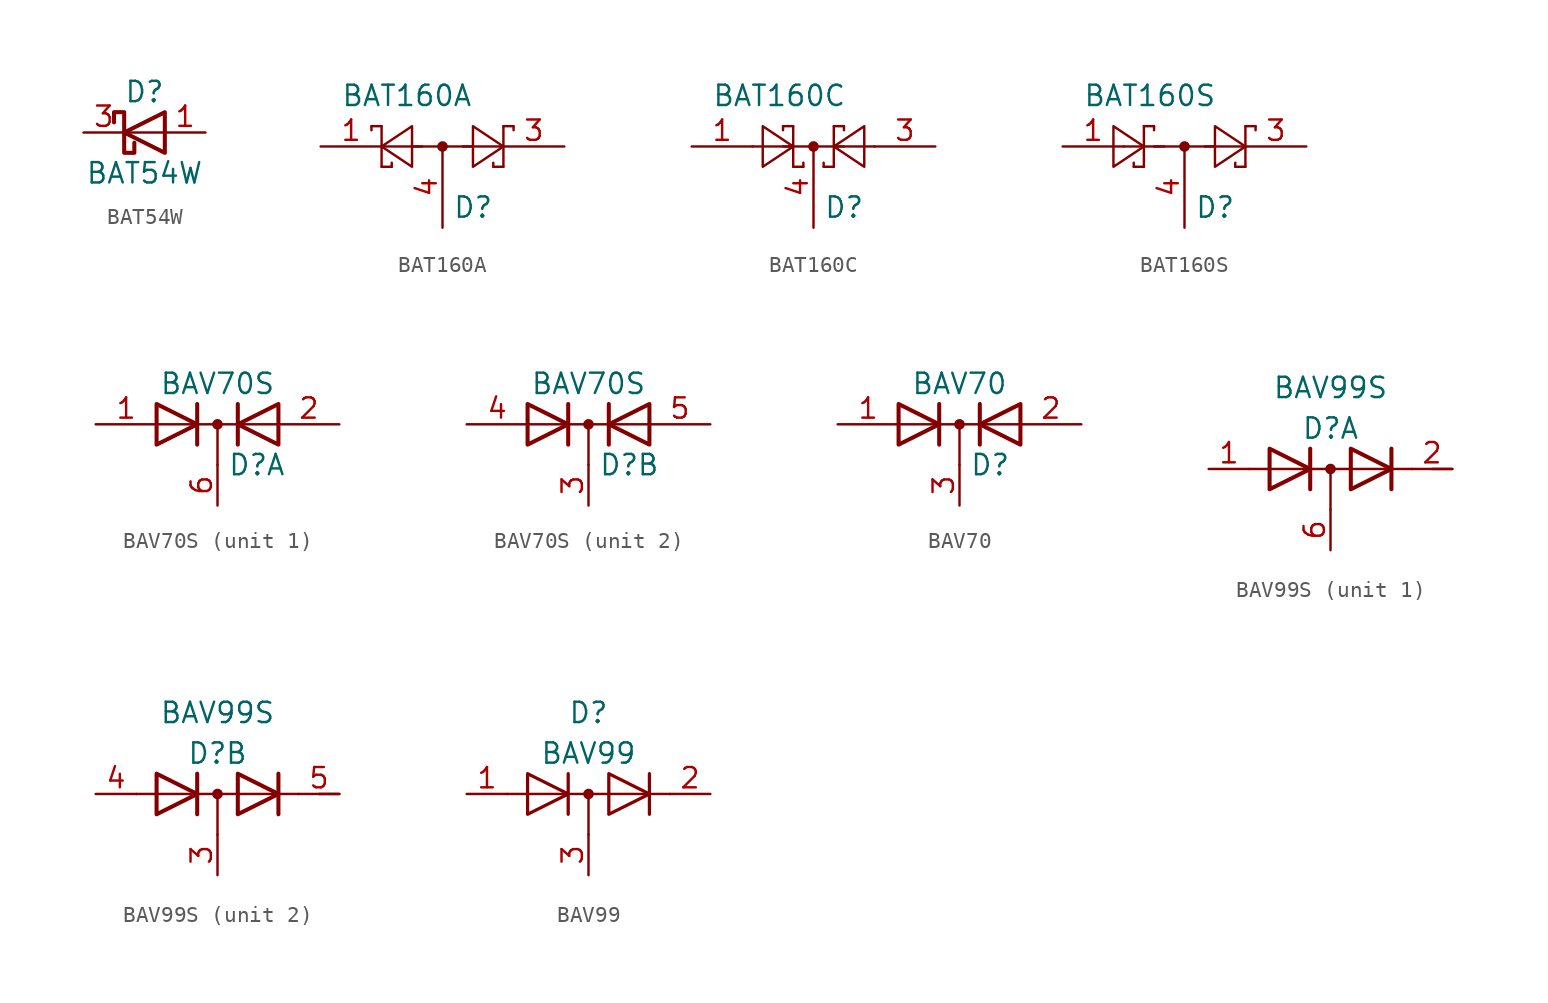
<source format=kicad_sym>
(kicad_symbol_lib
  (version 20241209)
  (generator "kicad_symbol_editor")
  (generator_version "9.0")
  (symbol "BAT54W"
    (pin_names
      (offset 1.016) hide)
    (property "Reference" "D"
      (at 0 2.54 0)
      (effects (font (size 1.27 1.27))))
    (property "Value" "BAT54W"
      (at 0 -2.54 0)
      (effects (font (size 1.27 1.27))))
    (symbol "BAT54W_0_1"
      (polyline (pts (xy -1.905 0.635) (xy -1.905 1.27) (xy -1.27 1.27) (xy -1.27 -1.27) (xy -0.635 -1.27) (xy -0.635 -0.635)) (stroke (width 0.254) (type default)) (fill (type none)))
      (polyline (pts (xy 1.27 1.27) (xy 1.27 -1.27) (xy -1.27 0) (xy 1.27 1.27)) (stroke (width 0.254) (type default)) (fill (type none)))
      (polyline (pts (xy 1.27 0) (xy -1.27 0)) (stroke (width 0) (type default)) (fill (type none))))
    (symbol "BAT54W_1_1"
      (pin passive line (at -3.81 0 0) (length 2.54) (name "K" (effects (font (size 1.27 1.27)))) (number "3" (effects (font (size 1.27 1.27)))))
      (pin no_connect line (at 0 0 90) (length 2.54) hide (name "NC" (effects (font (size 1.27 1.27)))) (number "2" (effects (font (size 1.27 1.27)))))
      (pin passive line (at 3.81 0 180) (length 2.54) (name "A" (effects (font (size 1.27 1.27)))) (number "1" (effects (font (size 1.27 1.27)))))))
  (symbol "BAT160A"
    (property "Reference" "D"
      (at 0.635 -3.81 0)
      (effects (font (size 1.27 1.27)) (justify left)))
    (property "Value" "BAT160A"
      (at -6.35 3.175 0)
      (effects (font (size 1.27 1.27)) (justify left)))
    (symbol "BAT160A_0_1"
      (polyline (pts (xy -4.445 1.27) (xy -4.445 1.016)) (stroke (width 0) (type default)) (fill (type none)))
      (polyline (pts (xy -3.81 1.27) (xy -4.445 1.27)) (stroke (width 0) (type default)) (fill (type none)))
      (polyline (pts (xy -3.81 0) (xy -1.27 0)) (stroke (width 0) (type default)) (fill (type none)))
      (polyline (pts (xy -3.81 -1.27) (xy -3.81 1.27)) (stroke (width 0) (type default)) (fill (type none)))
      (polyline (pts (xy -3.81 -1.27) (xy -3.175 -1.27)) (stroke (width 0) (type default)) (fill (type none)))
      (polyline (pts (xy -3.175 -1.27) (xy -3.175 -1.016)) (stroke (width 0) (type default)) (fill (type none)))
      (polyline (pts (xy -1.905 1.27) (xy -1.905 -1.27) (xy -3.81 0) (xy -1.905 1.27)) (stroke (width 0) (type default)) (fill (type none)))
      (polyline (pts (xy -1.905 0) (xy 1.905 0)) (stroke (width 0) (type default)) (fill (type none)))
      (circle (center 0 0) (radius 0.254) (stroke (width 0) (type default)) (fill (type outline)))
      (polyline (pts (xy 1.27 0) (xy 3.81 0)) (stroke (width 0) (type default)) (fill (type none)))
      (polyline (pts (xy 1.905 1.27) (xy 1.905 -1.27) (xy 3.81 0) (xy 1.905 1.27)) (stroke (width 0) (type default)) (fill (type none)))
      (polyline (pts (xy 3.175 -1.27) (xy 3.175 -1.016)) (stroke (width 0) (type default)) (fill (type none)))
      (polyline (pts (xy 3.81 1.27) (xy 4.445 1.27)) (stroke (width 0) (type default)) (fill (type none)))
      (polyline (pts (xy 3.81 -1.27) (xy 3.175 -1.27)) (stroke (width 0) (type default)) (fill (type none)))
      (polyline (pts (xy 3.81 -1.27) (xy 3.81 1.27)) (stroke (width 0) (type default)) (fill (type none)))
      (polyline (pts (xy 4.445 1.27) (xy 4.445 1.016)) (stroke (width 0) (type default)) (fill (type none))))
    (symbol "BAT160A_1_1"
      (pin passive line (at -7.62 0 0) (length 3.81) (name "~" (effects (font (size 1.27 1.27)))) (number "1" (effects (font (size 1.27 1.27)))))
      (pin no_connect line (at 0 0 270) (length 2.54) hide (name "NC" (effects (font (size 1.27 1.27)))) (number "2" (effects (font (size 1.27 1.27)))))
      (pin passive line (at 0 -5.08 90) (length 5.08) (name "~" (effects (font (size 1.27 1.27)))) (number "4" (effects (font (size 1.27 1.27)))))
      (pin passive line (at 7.62 0 180) (length 3.81) (name "~" (effects (font (size 1.27 1.27)))) (number "3" (effects (font (size 1.27 1.27)))))))
  (symbol "BAT160C"
    (property "Reference" "D"
      (at 0.635 -3.81 0)
      (effects (font (size 1.27 1.27)) (justify left)))
    (property "Value" "BAT160C"
      (at -6.35 3.175 0)
      (effects (font (size 1.27 1.27)) (justify left)))
    (symbol "BAT160C_0_1"
      (polyline (pts (xy -3.175 -1.27) (xy -3.175 1.27) (xy -1.27 0) (xy -3.175 -1.27)) (stroke (width 0) (type default)) (fill (type none)))
      (polyline (pts (xy -1.905 1.27) (xy -1.905 1.016)) (stroke (width 0) (type default)) (fill (type none)))
      (polyline (pts (xy -1.905 0) (xy 1.905 0)) (stroke (width 0) (type default)) (fill (type none)))
      (polyline (pts (xy -1.27 1.27) (xy -1.905 1.27)) (stroke (width 0) (type default)) (fill (type none)))
      (polyline (pts (xy -1.27 1.27) (xy -1.27 -1.27)) (stroke (width 0) (type default)) (fill (type none)))
      (polyline (pts (xy -1.27 0) (xy -3.81 0)) (stroke (width 0) (type default)) (fill (type none)))
      (polyline (pts (xy -1.27 -1.27) (xy -0.635 -1.27)) (stroke (width 0) (type default)) (fill (type none)))
      (polyline (pts (xy -0.635 -1.27) (xy -0.635 -1.016)) (stroke (width 0) (type default)) (fill (type none)))
      (circle (center 0 0) (radius 0.254) (stroke (width 0) (type default)) (fill (type outline)))
      (polyline (pts (xy 0.635 -1.27) (xy 0.635 -1.016)) (stroke (width 0) (type default)) (fill (type none)))
      (polyline (pts (xy 1.27 1.27) (xy 1.27 -1.27)) (stroke (width 0) (type default)) (fill (type none)))
      (polyline (pts (xy 1.27 1.27) (xy 1.905 1.27)) (stroke (width 0) (type default)) (fill (type none)))
      (polyline (pts (xy 1.27 -1.27) (xy 0.635 -1.27)) (stroke (width 0) (type default)) (fill (type none)))
      (polyline (pts (xy 1.905 1.27) (xy 1.905 1.016)) (stroke (width 0) (type default)) (fill (type none)))
      (polyline (pts (xy 3.175 -1.27) (xy 3.175 1.27) (xy 1.27 0) (xy 3.175 -1.27)) (stroke (width 0) (type default)) (fill (type none)))
      (polyline (pts (xy 3.81 0) (xy 1.27 0)) (stroke (width 0) (type default)) (fill (type none))))
    (symbol "BAT160C_1_1"
      (pin passive line (at -7.62 0 0) (length 3.81) (name "~" (effects (font (size 1.27 1.27)))) (number "1" (effects (font (size 1.27 1.27)))))
      (pin no_connect line (at 0 0 270) (length 2.54) hide (name "NC" (effects (font (size 1.27 1.27)))) (number "2" (effects (font (size 1.27 1.27)))))
      (pin passive line (at 0 -5.08 90) (length 5.08) (name "~" (effects (font (size 1.27 1.27)))) (number "4" (effects (font (size 1.27 1.27)))))
      (pin passive line (at 7.62 0 180) (length 3.81) (name "~" (effects (font (size 1.27 1.27)))) (number "3" (effects (font (size 1.27 1.27)))))))
  (symbol "BAT160S"
    (property "Reference" "D"
      (at 0.635 -3.81 0)
      (effects (font (size 1.27 1.27)) (justify left)))
    (property "Value" "BAT160S"
      (at -6.35 3.175 0)
      (effects (font (size 1.27 1.27)) (justify left)))
    (symbol "BAT160S_0_1"
      (polyline (pts (xy -4.445 1.27) (xy -4.445 -1.27) (xy -2.54 0) (xy -4.445 1.27)) (stroke (width 0) (type default)) (fill (type none)))
      (polyline (pts (xy -3.81 0) (xy -1.27 0)) (stroke (width 0) (type default)) (fill (type none)))
      (polyline (pts (xy -3.175 -1.27) (xy -3.175 -1.016)) (stroke (width 0) (type default)) (fill (type none)))
      (polyline (pts (xy -2.54 1.27) (xy -1.905 1.27)) (stroke (width 0) (type default)) (fill (type none)))
      (polyline (pts (xy -2.54 -1.27) (xy -3.175 -1.27)) (stroke (width 0) (type default)) (fill (type none)))
      (polyline (pts (xy -2.54 -1.27) (xy -2.54 1.27)) (stroke (width 0) (type default)) (fill (type none)))
      (polyline (pts (xy -1.905 1.27) (xy -1.905 1.016)) (stroke (width 0) (type default)) (fill (type none)))
      (polyline (pts (xy -1.905 0) (xy 1.905 0)) (stroke (width 0) (type default)) (fill (type none)))
      (circle (center 0 0) (radius 0.254) (stroke (width 0) (type default)) (fill (type outline)))
      (polyline (pts (xy 1.27 0) (xy 3.81 0)) (stroke (width 0) (type default)) (fill (type none)))
      (polyline (pts (xy 1.905 1.27) (xy 1.905 -1.27) (xy 3.81 0) (xy 1.905 1.27)) (stroke (width 0) (type default)) (fill (type none)))
      (polyline (pts (xy 3.175 -1.27) (xy 3.175 -1.016)) (stroke (width 0) (type default)) (fill (type none)))
      (polyline (pts (xy 3.81 1.27) (xy 4.445 1.27)) (stroke (width 0) (type default)) (fill (type none)))
      (polyline (pts (xy 3.81 -1.27) (xy 3.175 -1.27)) (stroke (width 0) (type default)) (fill (type none)))
      (polyline (pts (xy 3.81 -1.27) (xy 3.81 1.27)) (stroke (width 0) (type default)) (fill (type none)))
      (polyline (pts (xy 4.445 1.27) (xy 4.445 1.016)) (stroke (width 0) (type default)) (fill (type none))))
    (symbol "BAT160S_1_1"
      (pin passive line (at -7.62 0 0) (length 3.81) (name "~" (effects (font (size 1.27 1.27)))) (number "1" (effects (font (size 1.27 1.27)))))
      (pin no_connect line (at 0 0 270) (length 2.54) hide (name "NC" (effects (font (size 1.27 1.27)))) (number "2" (effects (font (size 1.27 1.27)))))
      (pin passive line (at 0 -5.08 90) (length 5.08) (name "~" (effects (font (size 1.27 1.27)))) (number "4" (effects (font (size 1.27 1.27)))))
      (pin passive line (at 7.62 0 180) (length 3.81) (name "~" (effects (font (size 1.27 1.27)))) (number "3" (effects (font (size 1.27 1.27)))))))
  (symbol "BAV70S"
    (pin_names
      (offset 0.762) hide)
    (property "Reference" "D"
      (at 0.635 -2.54 0)
      (effects (font (size 1.27 1.27)) (justify left)))
    (property "Value" "BAV70S"
      (at 0 2.54 0)
      (effects (font (size 1.27 1.27))))
    (symbol "BAV70S_0_1"
      (polyline (pts (xy -3.81 1.27) (xy -1.27 0) (xy -3.81 -1.27) (xy -3.81 1.27) (xy -3.81 1.27) (xy -3.81 1.27)) (stroke (width 0.254) (type default)) (fill (type none)))
      (polyline (pts (xy -3.81 0) (xy 3.81 0)) (stroke (width 0) (type default)) (fill (type none)))
      (polyline (pts (xy -1.27 -1.27) (xy -1.27 1.27) (xy -1.27 1.27)) (stroke (width 0.254) (type default)) (fill (type none)))
      (polyline (pts (xy 0 0) (xy 0 -2.54)) (stroke (width 0) (type default)) (fill (type none)))
      (circle (center 0 0) (radius 0.254) (stroke (width 0) (type default)) (fill (type outline)))
      (polyline (pts (xy 1.27 -1.27) (xy 1.27 1.27) (xy 1.27 1.27)) (stroke (width 0.254) (type default)) (fill (type none)))
      (polyline (pts (xy 3.81 -1.27) (xy 1.27 0) (xy 3.81 1.27) (xy 3.81 -1.27) (xy 3.81 -1.27) (xy 3.81 -1.27)) (stroke (width 0.254) (type default)) (fill (type none))))
    (symbol "BAV70S_1_1"
      (pin passive line (at -7.62 0 0) (length 3.81) (name "A" (effects (font (size 1.27 1.27)))) (number "1" (effects (font (size 1.27 1.27)))))
      (pin passive line (at 0 -5.08 90) (length 2.54) (name "K" (effects (font (size 1.27 1.27)))) (number "6" (effects (font (size 1.27 1.27)))))
      (pin passive line (at 7.62 0 180) (length 3.81) (name "A" (effects (font (size 1.27 1.27)))) (number "2" (effects (font (size 1.27 1.27))))))
    (symbol "BAV70S_2_1"
      (pin passive line (at -7.62 0 0) (length 3.81) (name "A" (effects (font (size 1.27 1.27)))) (number "4" (effects (font (size 1.27 1.27)))))
      (pin passive line (at 0 -5.08 90) (length 2.54) (name "K" (effects (font (size 1.27 1.27)))) (number "3" (effects (font (size 1.27 1.27)))))
      (pin passive line (at 7.62 0 180) (length 3.81) (name "A" (effects (font (size 1.27 1.27)))) (number "5" (effects (font (size 1.27 1.27)))))))
  (symbol "BAV70"
    (pin_names hide)
    (property "Reference" "D"
      (at 0.635 -2.54 0)
      (effects (font (size 1.27 1.27)) (justify left)))
    (property "Value" "BAV70"
      (at 0 2.54 0)
      (effects (font (size 1.27 1.27))))
    (symbol "BAV70_0_1"
      (polyline (pts (xy -3.81 1.27) (xy -1.27 0) (xy -3.81 -1.27) (xy -3.81 1.27) (xy -3.81 1.27) (xy -3.81 1.27)) (stroke (width 0.254) (type default)) (fill (type none)))
      (polyline (pts (xy -3.81 0) (xy 3.81 0)) (stroke (width 0) (type default)) (fill (type none)))
      (polyline (pts (xy -1.27 -1.27) (xy -1.27 1.27) (xy -1.27 1.27)) (stroke (width 0.254) (type default)) (fill (type none)))
      (polyline (pts (xy 0 0) (xy 0 -2.54)) (stroke (width 0) (type default)) (fill (type none)))
      (circle (center 0 0) (radius 0.254) (stroke (width 0) (type default)) (fill (type outline)))
      (polyline (pts (xy 1.27 -1.27) (xy 1.27 1.27) (xy 1.27 1.27)) (stroke (width 0.254) (type default)) (fill (type none)))
      (polyline (pts (xy 3.81 -1.27) (xy 1.27 0) (xy 3.81 1.27) (xy 3.81 -1.27) (xy 3.81 -1.27) (xy 3.81 -1.27)) (stroke (width 0.254) (type default)) (fill (type none)))
      (pin passive line (at -7.62 0 0) (length 3.81) (name "A" (effects (font (size 1.27 1.27)))) (number "1" (effects (font (size 1.27 1.27)))))
      (pin passive line (at 0 -5.08 90) (length 2.54) (name "K" (effects (font (size 1.27 1.27)))) (number "3" (effects (font (size 1.27 1.27)))))
      (pin passive line (at 7.62 0 180) (length 3.81) (name "A" (effects (font (size 1.27 1.27)))) (number "2" (effects (font (size 1.27 1.27)))))))
  (symbol "BAV99S"
    (pin_names
      (offset 0.025) hide)
    (property "Reference" "D"
      (at 0 2.54 0)
      (effects (font (size 1.27 1.27))))
    (property "Value" "BAV99S"
      (at 0 5.08 0)
      (effects (font (size 1.27 1.27))))
    (property "ki_locked" ""
      (at 0 0 0)
      (effects (font (size 1.27 1.27))))
    (symbol "BAV99S_0_1"
      (polyline (pts (xy -5.08 0) (xy 5.08 0)) (stroke (width 0) (type default)) (fill (type none)))
      (polyline (pts (xy -3.81 1.27) (xy -1.27 0) (xy -3.81 -1.27) (xy -3.81 1.27) (xy -3.81 1.27) (xy -3.81 1.27)) (stroke (width 0.254) (type default)) (fill (type none)))
      (polyline (pts (xy -1.27 -1.27) (xy -1.27 1.27) (xy -1.27 1.27)) (stroke (width 0.254) (type default)) (fill (type none)))
      (polyline (pts (xy 0 0) (xy 0 -2.54)) (stroke (width 0) (type default)) (fill (type none)))
      (circle (center 0 0) (radius 0.254) (stroke (width 0) (type default)) (fill (type outline)))
      (polyline (pts (xy 1.27 1.27) (xy 3.81 0) (xy 1.27 -1.27) (xy 1.27 1.27) (xy 1.27 1.27) (xy 1.27 1.27)) (stroke (width 0.254) (type default)) (fill (type none)))
      (polyline (pts (xy 3.81 1.27) (xy 3.81 -1.27) (xy 3.81 -1.27)) (stroke (width 0.254) (type default)) (fill (type none))))
    (symbol "BAV99S_1_1"
      (polyline (pts (xy 6.35 0) (xy 7.62 0)) (stroke (width 0) (type default)) (fill (type none)))
      (pin passive line (at -7.62 0 0) (length 2.54) (name "A1" (effects (font (size 1.27 1.27)))) (number "1" (effects (font (size 1.27 1.27)))))
      (pin passive line (at 0 -5.08 90) (length 2.54) (name "K3A4" (effects (font (size 1.27 1.27)))) (number "6" (effects (font (size 1.27 1.27)))))
      (pin passive line (at 7.62 0 180) (length 2.54) (name "K2" (effects (font (size 1.27 1.27)))) (number "2" (effects (font (size 1.27 1.27))))))
    (symbol "BAV99S_2_1"
      (polyline (pts (xy 6.35 0) (xy 7.62 0)) (stroke (width 0) (type default)) (fill (type none)))
      (pin passive line (at -7.62 0 0) (length 2.54) (name "A3" (effects (font (size 1.27 1.27)))) (number "4" (effects (font (size 1.27 1.27)))))
      (pin passive line (at 0 -5.08 90) (length 2.54) (name "K1A2" (effects (font (size 1.27 1.27)))) (number "3" (effects (font (size 1.27 1.27)))))
      (pin passive line (at 7.62 0 180) (length 2.54) (name "K4" (effects (font (size 1.27 1.27)))) (number "5" (effects (font (size 1.27 1.27)))))))
  (symbol "BAV99"
    (pin_names hide)
    (property "Reference" "D"
      (at 0 5.08 0)
      (effects (font (size 1.27 1.27))))
    (property "Value" "BAV99"
      (at 0 2.54 0)
      (effects (font (size 1.27 1.27))))
    (symbol "BAV99_0_1"
      (polyline (pts (xy -5.08 0) (xy 5.08 0)) (stroke (width 0) (type default)) (fill (type none))))
    (symbol "BAV99_1_1"
      (polyline (pts (xy -3.81 1.27) (xy -1.27 0) (xy -3.81 -1.27) (xy -3.81 1.27) (xy -3.81 1.27) (xy -3.81 1.27)) (stroke (width 0.203) (type default)) (fill (type none)))
      (polyline (pts (xy -1.27 -1.27) (xy -1.27 1.27) (xy -1.27 1.27)) (stroke (width 0.203) (type default)) (fill (type none)))
      (polyline (pts (xy 0 0) (xy 0 -2.54)) (stroke (width 0) (type default)) (fill (type none)))
      (circle (center 0 0) (radius 0.254) (stroke (width 0) (type default)) (fill (type outline)))
      (polyline (pts (xy 1.27 1.27) (xy 3.81 0) (xy 1.27 -1.27) (xy 1.27 1.27) (xy 1.27 1.27) (xy 1.27 1.27)) (stroke (width 0.203) (type default)) (fill (type none)))
      (polyline (pts (xy 3.81 1.27) (xy 3.81 -1.27) (xy 3.81 -1.27)) (stroke (width 0.203) (type default)) (fill (type none)))
      (pin passive line (at -7.62 0 0) (length 2.54) (name "K" (effects (font (size 1.27 1.27)))) (number "1" (effects (font (size 1.27 1.27)))))
      (pin passive line (at 0 -5.08 90) (length 2.54) (name "K" (effects (font (size 1.27 1.27)))) (number "3" (effects (font (size 1.27 1.27)))))
      (pin passive line (at 7.62 0 180) (length 2.54) (name "A" (effects (font (size 1.27 1.27)))) (number "2" (effects (font (size 1.27 1.27))))))))
</source>
